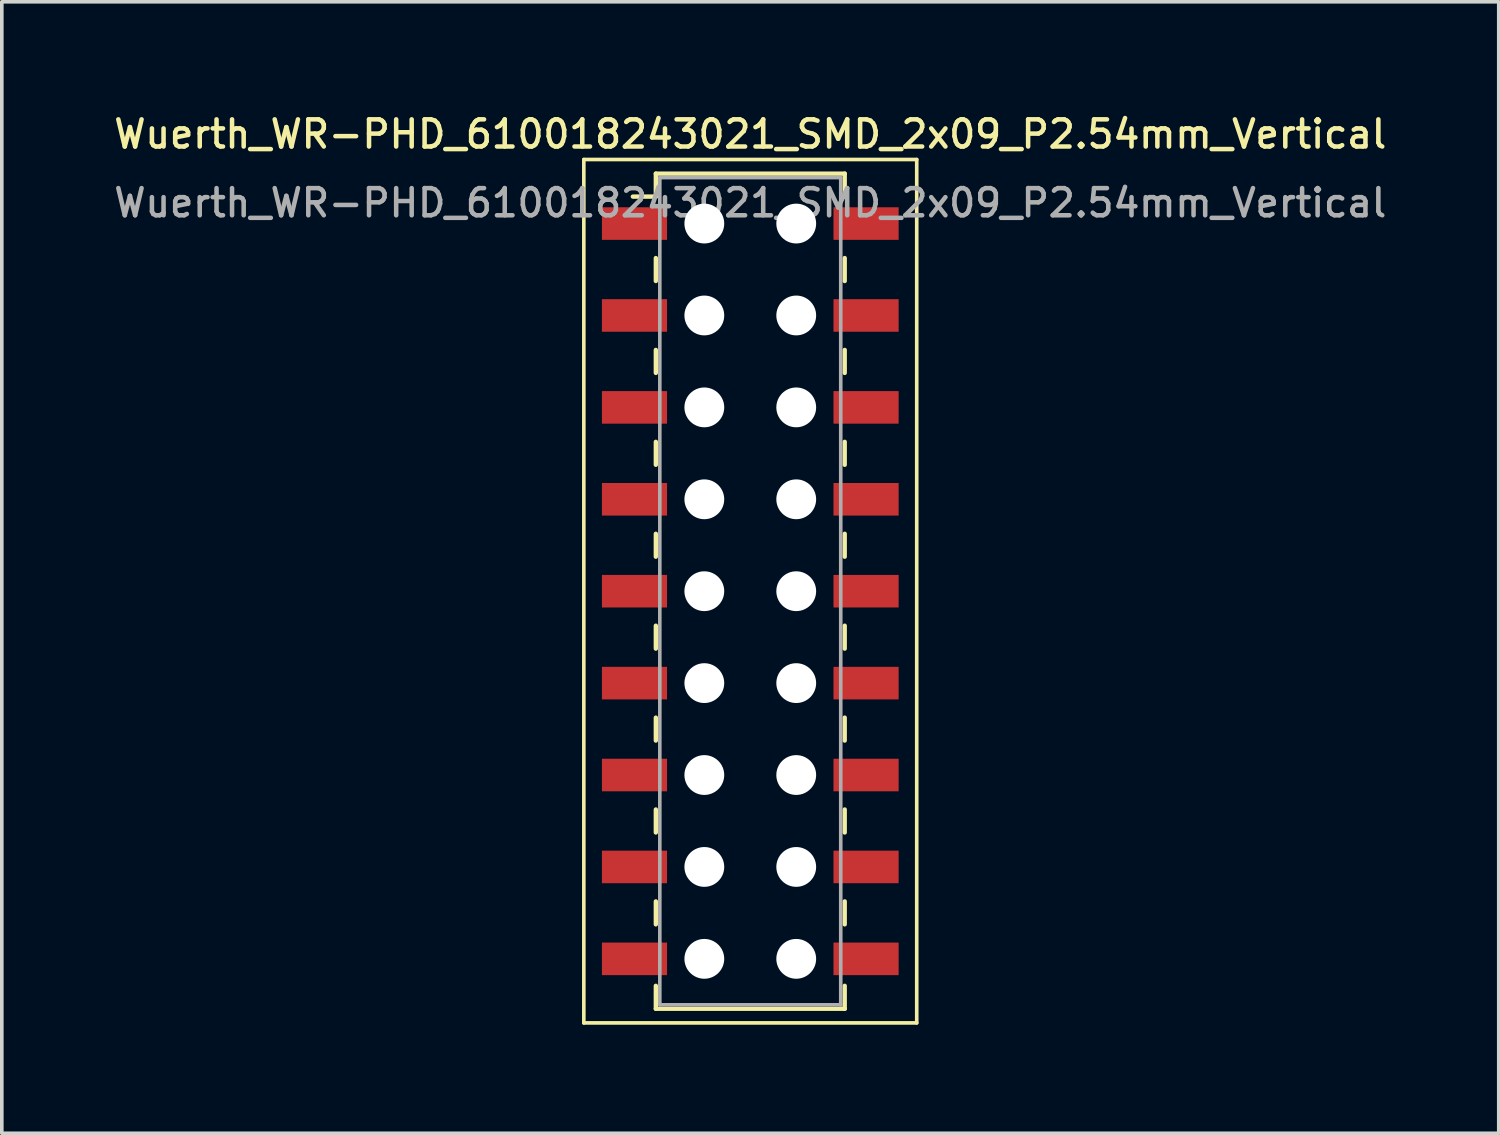
<source format=kicad_pcb>
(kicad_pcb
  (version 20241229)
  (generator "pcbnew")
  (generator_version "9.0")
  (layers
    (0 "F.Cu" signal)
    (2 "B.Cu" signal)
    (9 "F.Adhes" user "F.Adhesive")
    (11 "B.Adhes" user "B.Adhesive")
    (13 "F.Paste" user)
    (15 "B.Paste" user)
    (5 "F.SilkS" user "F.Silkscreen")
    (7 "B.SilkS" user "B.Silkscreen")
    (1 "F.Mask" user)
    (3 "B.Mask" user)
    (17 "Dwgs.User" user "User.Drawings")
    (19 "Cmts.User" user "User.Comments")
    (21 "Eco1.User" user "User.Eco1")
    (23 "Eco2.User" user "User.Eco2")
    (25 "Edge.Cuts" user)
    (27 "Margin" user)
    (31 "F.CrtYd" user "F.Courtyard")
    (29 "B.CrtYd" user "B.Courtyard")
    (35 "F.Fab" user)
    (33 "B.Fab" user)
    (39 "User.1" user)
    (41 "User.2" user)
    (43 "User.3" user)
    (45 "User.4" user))
  (footprint "Wuerth_WR-PHD_610018243021_SMD_2x09_P2.54mm_Vertical"
    (layer "F.Cu")
    (at 17.684 13.288)
    (property "Reference" "Wuerth_WR-PHD_610018243021_SMD_2x09_P2.54mm_Vertical" (at 0 -12.63 0) (layer "F.SilkS") (effects (font (size 0.75 0.75) (thickness 0.125))))
    (attr smd)
    (fp_line (start -4.6 -11.93) (end -4.6 11.93) (stroke (width 0.1) (type solid)) (layer "F.SilkS"))
    (fp_line (start -4.6 11.93) (end 4.6 11.93) (stroke (width 0.1) (type solid)) (layer "F.SilkS"))
    (fp_line (start -2.61 -11.54) (end -2.61 -10.905) (stroke (width 0.12) (type solid)) (layer "F.SilkS"))
    (fp_line (start -2.61 -11.54) (end 2.61 -11.54) (stroke (width 0.12) (type solid)) (layer "F.SilkS"))
    (fp_line (start -2.61 -10.905) (end -3.245 -10.905) (stroke (width 0.12) (type solid)) (layer "F.SilkS"))
    (fp_line (start -2.61 -9.207) (end -2.61 -8.572) (stroke (width 0.12) (type solid)) (layer "F.SilkS"))
    (fp_line (start -2.61 -6.668) (end -2.61 -6.032) (stroke (width 0.12) (type solid)) (layer "F.SilkS"))
    (fp_line (start -2.61 -4.128) (end -2.61 -3.493) (stroke (width 0.12) (type solid)) (layer "F.SilkS"))
    (fp_line (start -2.61 -1.587) (end -2.61 -0.953) (stroke (width 0.12) (type solid)) (layer "F.SilkS"))
    (fp_line (start -2.61 0.953) (end -2.61 1.587) (stroke (width 0.12) (type solid)) (layer "F.SilkS"))
    (fp_line (start -2.61 3.493) (end -2.61 4.128) (stroke (width 0.12) (type solid)) (layer "F.SilkS"))
    (fp_line (start -2.61 6.032) (end -2.61 6.668) (stroke (width 0.12) (type solid)) (layer "F.SilkS"))
    (fp_line (start -2.61 8.572) (end -2.61 9.207) (stroke (width 0.12) (type solid)) (layer "F.SilkS"))
    (fp_line (start -2.61 11.54) (end -2.61 10.905) (stroke (width 0.12) (type solid)) (layer "F.SilkS"))
    (fp_line (start -2.61 11.54) (end 2.61 11.54) (stroke (width 0.12) (type solid)) (layer "F.SilkS"))
    (fp_line (start 2.61 -11.54) (end 2.61 -10.905) (stroke (width 0.12) (type solid)) (layer "F.SilkS"))
    (fp_line (start 2.61 -9.207) (end 2.61 -8.572) (stroke (width 0.12) (type solid)) (layer "F.SilkS"))
    (fp_line (start 2.61 -6.668) (end 2.61 -6.032) (stroke (width 0.12) (type solid)) (layer "F.SilkS"))
    (fp_line (start 2.61 -4.128) (end 2.61 -3.493) (stroke (width 0.12) (type solid)) (layer "F.SilkS"))
    (fp_line (start 2.61 -1.587) (end 2.61 -0.953) (stroke (width 0.12) (type solid)) (layer "F.SilkS"))
    (fp_line (start 2.61 0.953) (end 2.61 1.587) (stroke (width 0.12) (type solid)) (layer "F.SilkS"))
    (fp_line (start 2.61 3.493) (end 2.61 4.128) (stroke (width 0.12) (type solid)) (layer "F.SilkS"))
    (fp_line (start 2.61 6.032) (end 2.61 6.668) (stroke (width 0.12) (type solid)) (layer "F.SilkS"))
    (fp_line (start 2.61 8.572) (end 2.61 9.207) (stroke (width 0.12) (type solid)) (layer "F.SilkS"))
    (fp_line (start 2.61 11.54) (end 2.61 10.905) (stroke (width 0.12) (type solid)) (layer "F.SilkS"))
    (fp_line (start 4.6 -11.93) (end -4.6 -11.93) (stroke (width 0.1) (type solid)) (layer "F.SilkS"))
    (fp_line (start 4.6 11.93) (end 4.6 -11.93) (stroke (width 0.1) (type solid)) (layer "F.SilkS"))
    (fp_line (start -2.5 -11.43) (end -2.5 11.43) (stroke (width 0.1) (type solid)) (layer "F.Fab"))
    (fp_line (start -2.5 11.43) (end 2.5 11.43) (stroke (width 0.1) (type solid)) (layer "F.Fab"))
    (fp_line (start 2.5 -11.43) (end -2.5 -11.43) (stroke (width 0.1) (type solid)) (layer "F.Fab"))
    (fp_line (start 2.5 11.43) (end 2.5 -11.43) (stroke (width 0.1) (type solid)) (layer "F.Fab"))
    (fp_text user "${REFERENCE}" (at 0 -10.73 0) (layer "F.Fab") (effects (font (size 0.75 0.75) (thickness 0.125))))
    (pad "" np_thru_hole circle (at -1.27 -10.16) (size 1.1 1.1) (drill 1.1) (layers "*.Cu" "*.Mask"))
    (pad "" np_thru_hole circle (at -1.27 -7.62) (size 1.1 1.1) (drill 1.1) (layers "*.Cu" "*.Mask"))
    (pad "" np_thru_hole circle (at -1.27 -5.08) (size 1.1 1.1) (drill 1.1) (layers "*.Cu" "*.Mask"))
    (pad "" np_thru_hole circle (at -1.27 -2.54) (size 1.1 1.1) (drill 1.1) (layers "*.Cu" "*.Mask"))
    (pad "" np_thru_hole circle (at -1.27 0) (size 1.1 1.1) (drill 1.1) (layers "*.Cu" "*.Mask"))
    (pad "" np_thru_hole circle (at -1.27 2.54) (size 1.1 1.1) (drill 1.1) (layers "*.Cu" "*.Mask"))
    (pad "" np_thru_hole circle (at -1.27 5.08) (size 1.1 1.1) (drill 1.1) (layers "*.Cu" "*.Mask"))
    (pad "" np_thru_hole circle (at -1.27 7.62) (size 1.1 1.1) (drill 1.1) (layers "*.Cu" "*.Mask"))
    (pad "" np_thru_hole circle (at -1.27 10.16) (size 1.1 1.1) (drill 1.1) (layers "*.Cu" "*.Mask"))
    (pad "" np_thru_hole circle (at 1.27 -10.16) (size 1.1 1.1) (drill 1.1) (layers "*.Cu" "*.Mask"))
    (pad "" np_thru_hole circle (at 1.27 -7.62) (size 1.1 1.1) (drill 1.1) (layers "*.Cu" "*.Mask"))
    (pad "" np_thru_hole circle (at 1.27 -5.08) (size 1.1 1.1) (drill 1.1) (layers "*.Cu" "*.Mask"))
    (pad "" np_thru_hole circle (at 1.27 -2.54) (size 1.1 1.1) (drill 1.1) (layers "*.Cu" "*.Mask"))
    (pad "" np_thru_hole circle (at 1.27 0) (size 1.1 1.1) (drill 1.1) (layers "*.Cu" "*.Mask"))
    (pad "" np_thru_hole circle (at 1.27 2.54) (size 1.1 1.1) (drill 1.1) (layers "*.Cu" "*.Mask"))
    (pad "" np_thru_hole circle (at 1.27 5.08) (size 1.1 1.1) (drill 1.1) (layers "*.Cu" "*.Mask"))
    (pad "" np_thru_hole circle (at 1.27 7.62) (size 1.1 1.1) (drill 1.1) (layers "*.Cu" "*.Mask"))
    (pad "" np_thru_hole circle (at 1.27 10.16) (size 1.1 1.1) (drill 1.1) (layers "*.Cu" "*.Mask"))
    (pad "1" smd rect (at -3.2 -10.16) (size 1.8 0.9) (layers "F.Cu" "F.Mask" "F.Paste"))
    (pad "2" smd rect (at 3.2 -10.16) (size 1.8 0.9) (layers "F.Cu" "F.Mask" "F.Paste"))
    (pad "3" smd rect (at -3.2 -7.62) (size 1.8 0.9) (layers "F.Cu" "F.Mask" "F.Paste"))
    (pad "4" smd rect (at 3.2 -7.62) (size 1.8 0.9) (layers "F.Cu" "F.Mask" "F.Paste"))
    (pad "5" smd rect (at -3.2 -5.08) (size 1.8 0.9) (layers "F.Cu" "F.Mask" "F.Paste"))
    (pad "6" smd rect (at 3.2 -5.08) (size 1.8 0.9) (layers "F.Cu" "F.Mask" "F.Paste"))
    (pad "7" smd rect (at -3.2 -2.54) (size 1.8 0.9) (layers "F.Cu" "F.Mask" "F.Paste"))
    (pad "8" smd rect (at 3.2 -2.54) (size 1.8 0.9) (layers "F.Cu" "F.Mask" "F.Paste"))
    (pad "9" smd rect (at -3.2 0) (size 1.8 0.9) (layers "F.Cu" "F.Mask" "F.Paste"))
    (pad "10" smd rect (at 3.2 0) (size 1.8 0.9) (layers "F.Cu" "F.Mask" "F.Paste"))
    (pad "11" smd rect (at -3.2 2.54) (size 1.8 0.9) (layers "F.Cu" "F.Mask" "F.Paste"))
    (pad "12" smd rect (at 3.2 2.54) (size 1.8 0.9) (layers "F.Cu" "F.Mask" "F.Paste"))
    (pad "13" smd rect (at -3.2 5.08) (size 1.8 0.9) (layers "F.Cu" "F.Mask" "F.Paste"))
    (pad "14" smd rect (at 3.2 5.08) (size 1.8 0.9) (layers "F.Cu" "F.Mask" "F.Paste"))
    (pad "15" smd rect (at -3.2 7.62) (size 1.8 0.9) (layers "F.Cu" "F.Mask" "F.Paste"))
    (pad "16" smd rect (at 3.2 7.62) (size 1.8 0.9) (layers "F.Cu" "F.Mask" "F.Paste"))
    (pad "17" smd rect (at -3.2 10.16) (size 1.8 0.9) (layers "F.Cu" "F.Mask" "F.Paste"))
    (pad "18" smd rect (at 3.2 10.16) (size 1.8 0.9) (layers "F.Cu" "F.Mask" "F.Paste")))
  (gr_rect
    (start -3 -3)
    (end 38.368 28.268)
    (stroke (width 0.1) (type default))
    (fill no)
    (layer "Edge.Cuts")))
</source>
